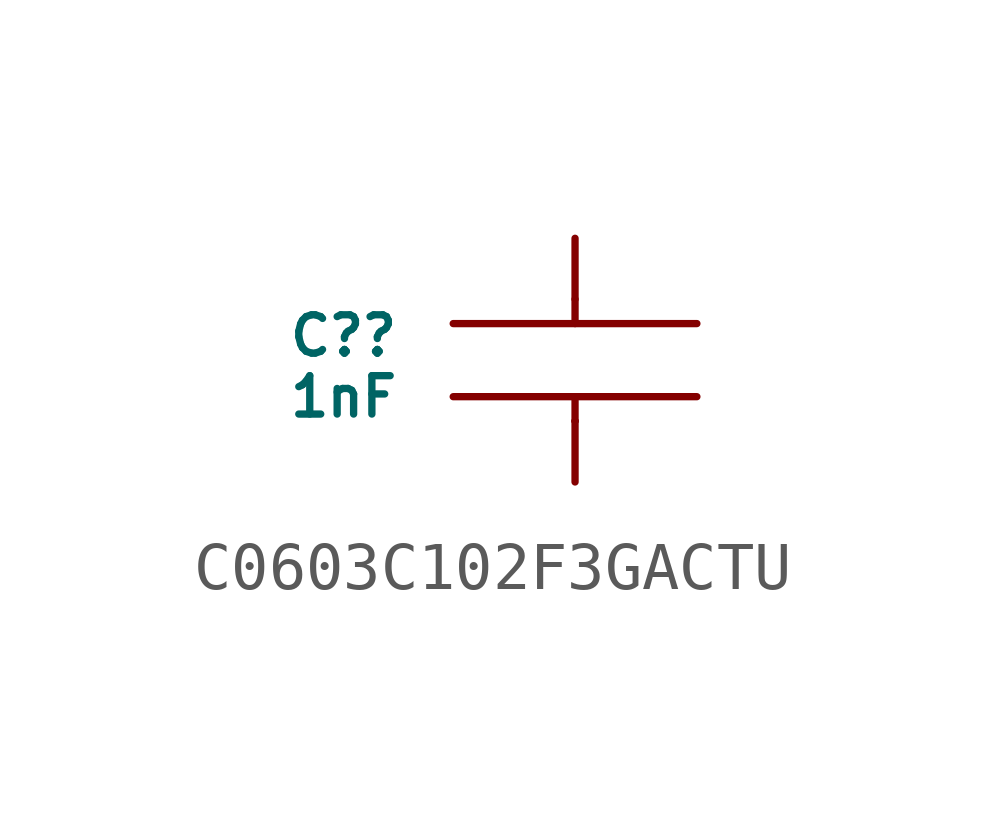
<source format=kicad_sym>
(kicad_symbol_lib
  (version 20231120)
  (generator "kicad_symbol_editor")
  (generator_version "8.0")
  (symbol "C0603C102F3GACTU"
    (pin_numbers hide)
    (pin_names hide)
    (property "Reference" "C?"
      (at -4.826 0.508 0)
      (do_not_autoplace)
      (effects (font (size 0.8 0.8))))
    (property "Value" "1nF"
      (at -4.826 -0.762 0)
      (do_not_autoplace)
      (effects (font (size 0.8 0.8))))
    (symbol "C0603C102F3GACTU_0_1"
      (polyline (pts (xy 0 -1.27) (xy 0 -1.27)) (stroke (width 0) (type default)) (fill (type none)))
      (polyline (pts (xy 0 -1.27) (xy 0 -0.762)) (stroke (width 0) (type default)) (fill (type none)))
      (polyline (pts (xy 0 0.762) (xy 0 1.27)) (stroke (width 0) (type default)) (fill (type none))))
    (symbol "C0603C102F3GACTU_1_0"
      (pin passive line (at 0 -2.54 90) (length 1.27) (name "" (effects (font (size 0.8 0.8)))) (number "1" (effects (font (size 0.8 0.8)))))
      (pin passive line (at 0 2.54 270) (length 1.27) (name "" (effects (font (size 0.8 0.8)))) (number "2" (effects (font (size 0.8 0.8))))))
    (symbol "C0603C102F3GACTU_1_1"
      (polyline (pts (xy -2.54 -0.762) (xy 2.54 -0.762)) (stroke (width 0) (type solid)) (fill (type none)))
      (polyline (pts (xy -2.54 0.762) (xy 2.54 0.762)) (stroke (width 0) (type solid)) (fill (type none))))))
</source>
